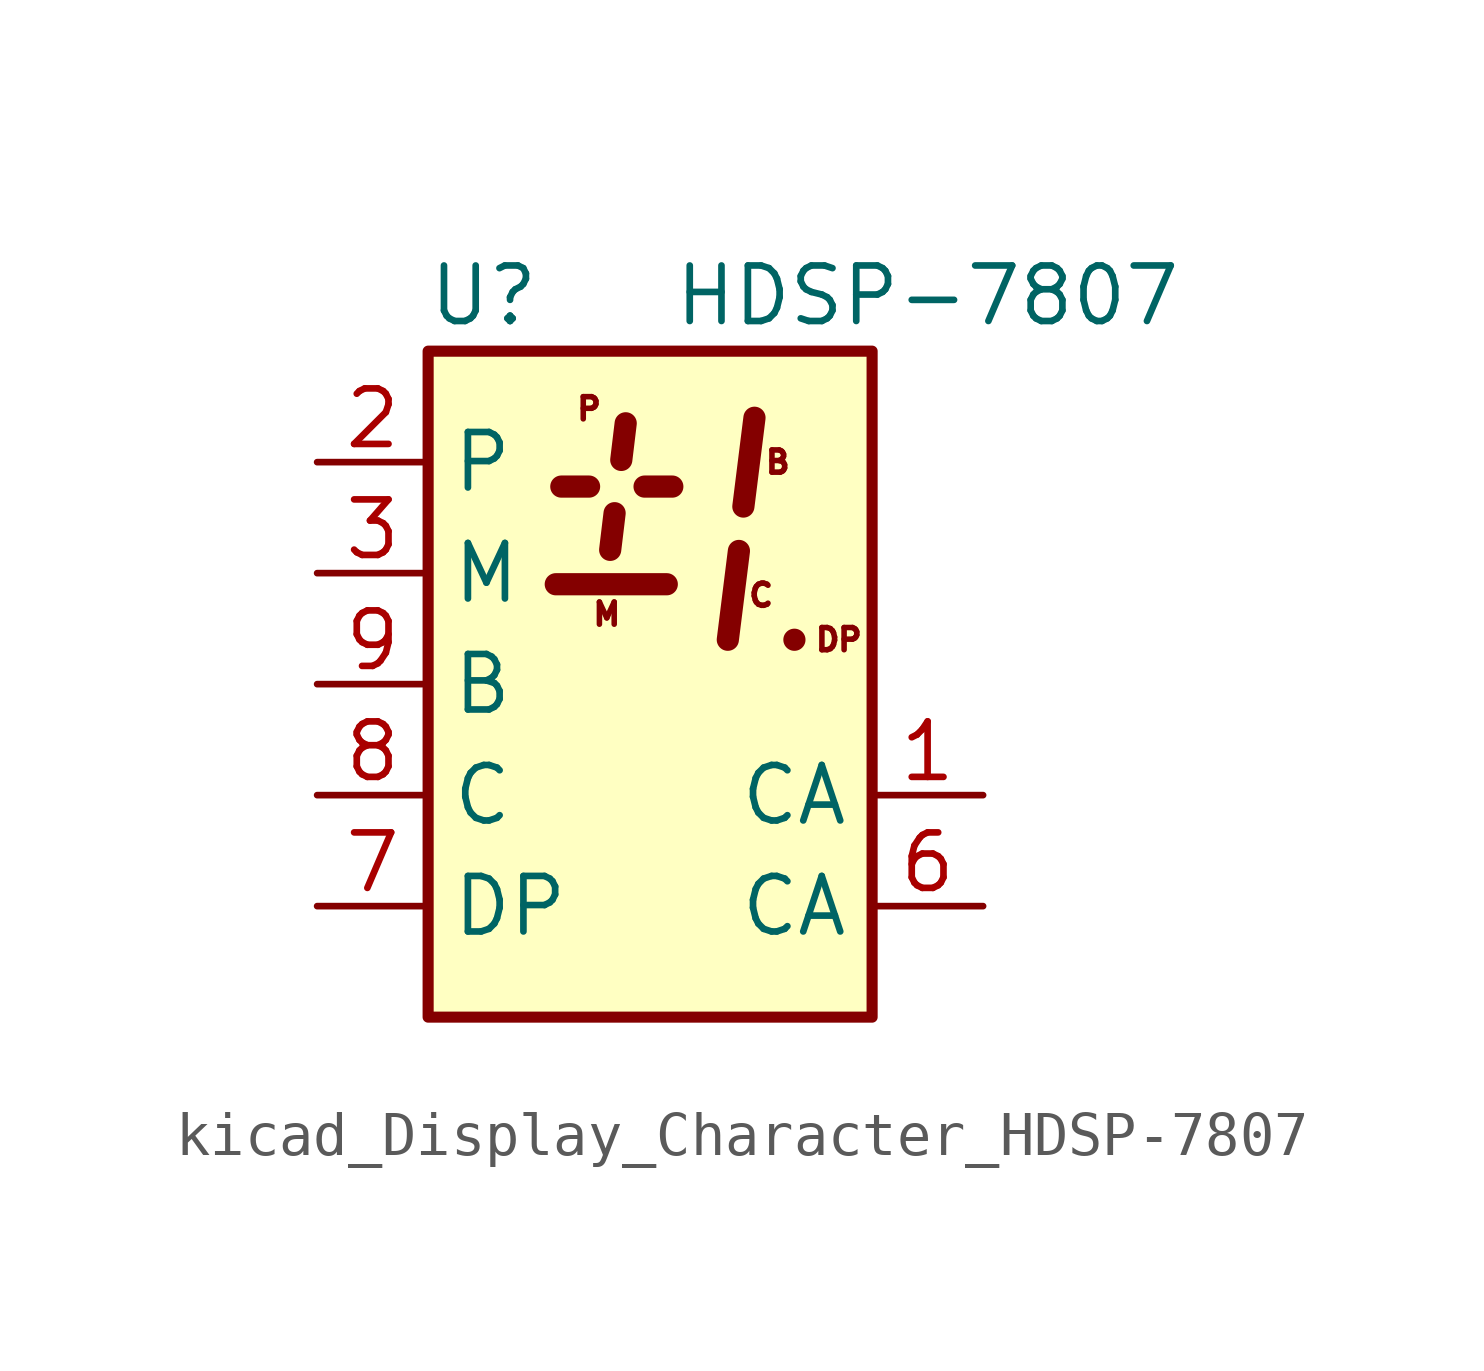
<source format=kicad_sym>
(kicad_symbol_lib
  (version 20220914)
  (generator kicad_symbol_editor)
  (symbol "kicad_Display_Character_HDSP-7807"
    (property "Reference" "U"
      (at -3.81 8.89 0)
      (effects (font (size 1.27 1.27))))
    (property "Value" "HDSP-7807"
      (at 6.35 8.89 0)
      (effects (font (size 1.27 1.27))))
    (symbol "kicad_Display_Character_HDSP-7807_0_1"
      (polyline (pts (xy -2.159 2.286) (xy 0.381 2.286)) (stroke (width 0.508) (type default)) (fill (type none))))
    (symbol "kicad_Display_Character_HDSP-7807_1_0"
      (text "B" (at 2.921 5.08 0) (effects (font (size 0.508 0.508))))
      (text "C" (at 2.54 2.032 0) (effects (font (size 0.508 0.508))))
      (text "DP" (at 4.318 1.016 0) (effects (font (size 0.508 0.508))))
      (text "M" (at -0.991 1.6 0) (effects (font (size 0.508 0.508))))
      (text "P" (at -1.397 6.299 0) (effects (font (size 0.508 0.508)))))
    (symbol "kicad_Display_Character_HDSP-7807_1_1"
      (rectangle (start -5.08 7.62) (end 5.08 -7.62) (stroke (width 0.254) (type default)) (fill (type background)))
      (polyline (pts (xy -2.032 4.521) (xy -1.397 4.521)) (stroke (width 0.508) (type default)) (fill (type none)))
      (polyline (pts (xy -0.914 3.073) (xy -0.813 3.912)) (stroke (width 0.508) (type default)) (fill (type none)))
      (polyline (pts (xy -0.559 5.969) (xy -0.66 5.131)) (stroke (width 0.508) (type default)) (fill (type none)))
      (polyline (pts (xy -0.127 4.521) (xy 0.508 4.521)) (stroke (width 0.508) (type default)) (fill (type none)))
      (polyline (pts (xy 2.032 3.048) (xy 1.778 1.016)) (stroke (width 0.508) (type default)) (fill (type none)))
      (polyline (pts (xy 2.388 6.096) (xy 2.134 4.064)) (stroke (width 0.508) (type default)) (fill (type none)))
      (polyline (pts (xy 3.302 1.016) (xy 3.302 1.016)) (stroke (width 0.508) (type default)) (fill (type none)))
      (pin input line (at 7.62 -2.54 180) (length 2.54) (name "CA" (effects (font (size 1.27 1.27)))) (number "1" (effects (font (size 1.27 1.27)))))
      (pin no_connect line (at 0 -7.62 90) (length 2.54) hide (name "NC" (effects (font (size 1.27 1.27)))) (number "10" (effects (font (size 1.27 1.27)))))
      (pin input line (at -7.62 5.08 0) (length 2.54) (name "P" (effects (font (size 1.27 1.27)))) (number "2" (effects (font (size 1.27 1.27)))))
      (pin input line (at -7.62 2.54 0) (length 2.54) (name "M" (effects (font (size 1.27 1.27)))) (number "3" (effects (font (size 1.27 1.27)))))
      (pin no_connect line (at 5.08 5.08 180) (length 2.54) hide (name "NC" (effects (font (size 1.27 1.27)))) (number "4" (effects (font (size 1.27 1.27)))))
      (pin no_connect line (at 5.08 2.54 180) (length 2.54) hide (name "NC" (effects (font (size 1.27 1.27)))) (number "5" (effects (font (size 1.27 1.27)))))
      (pin input line (at 7.62 -5.08 180) (length 2.54) (name "CA" (effects (font (size 1.27 1.27)))) (number "6" (effects (font (size 1.27 1.27)))))
      (pin input line (at -7.62 -5.08 0) (length 2.54) (name "DP" (effects (font (size 1.27 1.27)))) (number "7" (effects (font (size 1.27 1.27)))))
      (pin input line (at -7.62 -2.54 0) (length 2.54) (name "C" (effects (font (size 1.27 1.27)))) (number "8" (effects (font (size 1.27 1.27)))))
      (pin input line (at -7.62 0 0) (length 2.54) (name "B" (effects (font (size 1.27 1.27)))) (number "9" (effects (font (size 1.27 1.27))))))))
</source>
